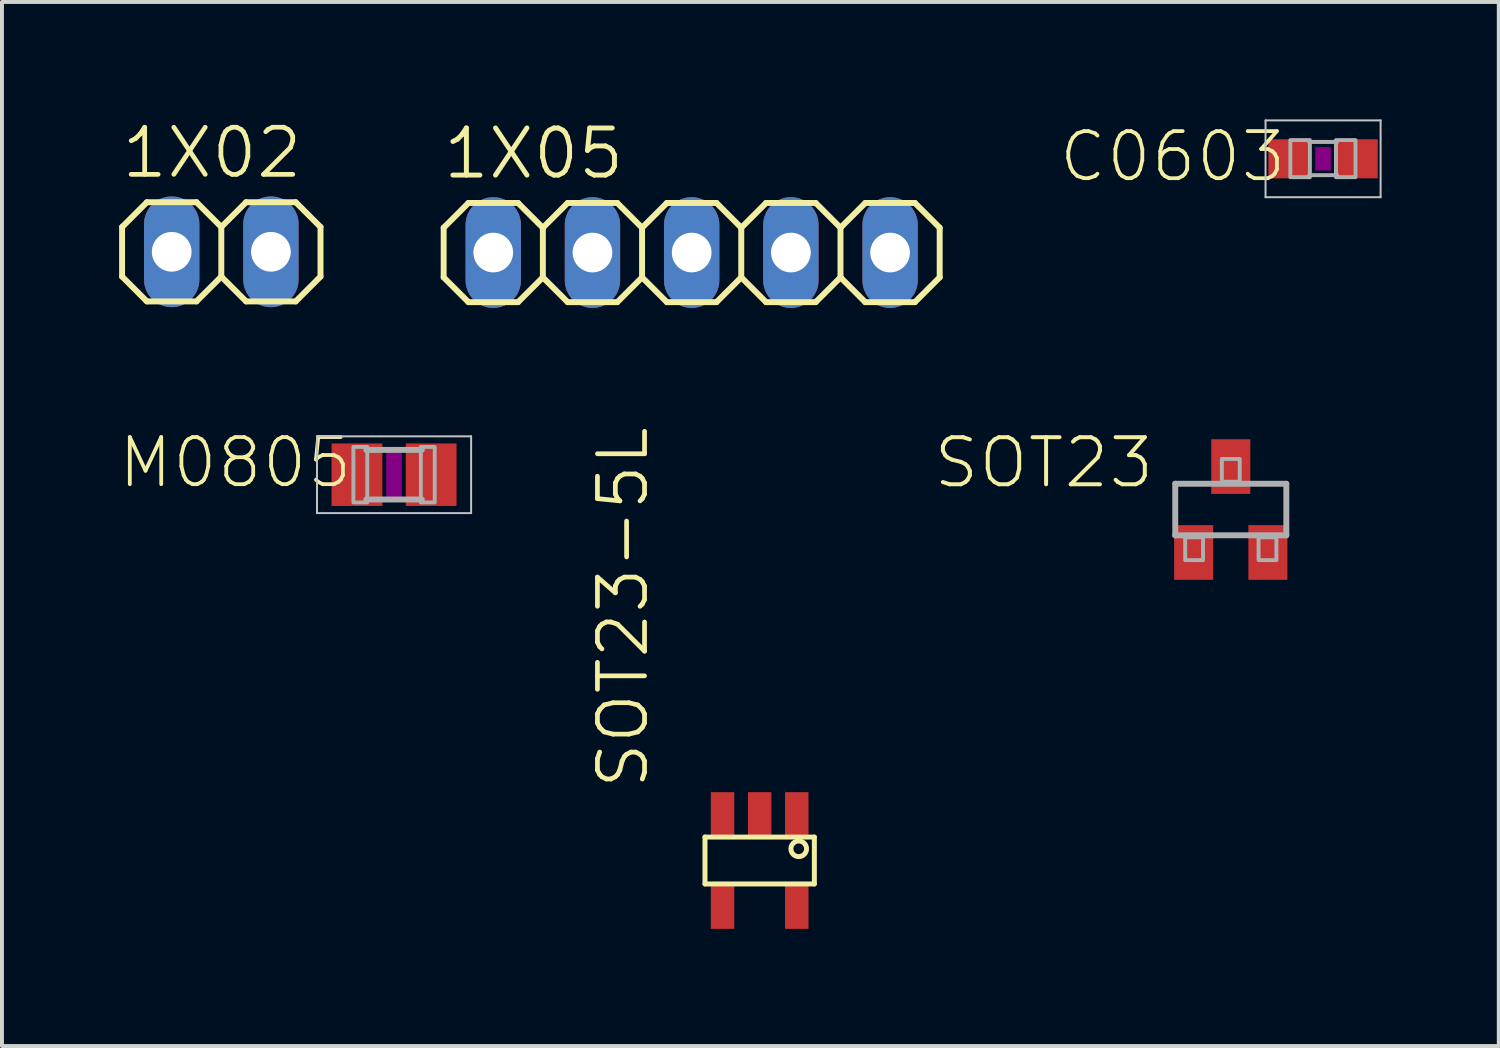
<source format=kicad_pcb>
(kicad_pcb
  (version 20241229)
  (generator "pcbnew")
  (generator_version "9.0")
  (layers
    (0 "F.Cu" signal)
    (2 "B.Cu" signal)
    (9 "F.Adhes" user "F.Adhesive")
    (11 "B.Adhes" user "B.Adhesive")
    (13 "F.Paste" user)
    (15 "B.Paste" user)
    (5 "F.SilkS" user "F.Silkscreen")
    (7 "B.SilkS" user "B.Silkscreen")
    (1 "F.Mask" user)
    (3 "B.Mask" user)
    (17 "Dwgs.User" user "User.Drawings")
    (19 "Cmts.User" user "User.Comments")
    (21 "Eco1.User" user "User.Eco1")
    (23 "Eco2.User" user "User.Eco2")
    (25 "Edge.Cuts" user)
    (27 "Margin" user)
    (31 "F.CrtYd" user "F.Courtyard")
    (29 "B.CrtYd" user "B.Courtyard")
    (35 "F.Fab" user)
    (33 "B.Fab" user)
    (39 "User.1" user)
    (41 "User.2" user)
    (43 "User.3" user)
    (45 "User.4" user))
  (footprint "SOT23-5L"
    (layer "F.Cu")
    (at 16.4 18.982)
    (property "Reference" "SOT23-5L" (at -2.794 -1.778 90) (layer "F.SilkS") (effects (font (size 1.206 1.206) (thickness 0.121)) (justify left bottom)))
    (attr through_hole)
    (fp_line (start -1.4 -0.6) (end 1.4 -0.6) (stroke (width 0.127) (type solid)) (layer "F.SilkS"))
    (fp_line (start -1.4 0.6) (end -1.4 -0.6) (stroke (width 0.127) (type solid)) (layer "F.SilkS"))
    (fp_line (start 1.4 -0.6) (end 1.4 0.6) (stroke (width 0.127) (type solid)) (layer "F.SilkS"))
    (fp_line (start 1.4 0.6) (end -1.4 0.6) (stroke (width 0.127) (type solid)) (layer "F.SilkS"))
    (fp_circle (center 1 -0.3) (end 1.2 -0.3) (stroke (width 0.127) (type solid)) (fill no) (layer "F.SilkS"))
    (pad "1" smd rect (at 0.95 -1.15) (size 0.6 1.2) (layers "F.Cu" "F.Mask" "F.Paste"))
    (pad "2" smd rect (at 0 -1.15) (size 0.6 1.2) (layers "F.Cu" "F.Mask" "F.Paste"))
    (pad "3" smd rect (at -0.95 -1.15) (size 0.6 1.2) (layers "F.Cu" "F.Mask" "F.Paste"))
    (pad "4" smd rect (at -0.95 1.15) (size 0.6 1.2) (layers "F.Cu" "F.Mask" "F.Paste"))
    (pad "5" smd rect (at 0.95 1.15) (size 0.6 1.2) (layers "F.Cu" "F.Mask" "F.Paste")))
  (footprint "SOT23"
    (layer "F.Cu")
    (at 28.462 9.996)
    (property "Reference" "SOT23" (at -1.905 -1.905 0) (layer "F.SilkS") (effects (font (size 1.206 1.206) (thickness 0.102)) (justify right top)))
    (attr through_hole)
    (fp_line (start -1.422 -0.66) (end 1.422 -0.66) (stroke (width 0.152) (type solid)) (layer "F.Fab"))
    (fp_line (start -1.422 0.66) (end -1.422 -0.66) (stroke (width 0.152) (type solid)) (layer "F.Fab"))
    (fp_line (start 1.422 -0.66) (end 1.422 0.66) (stroke (width 0.152) (type solid)) (layer "F.Fab"))
    (fp_line (start 1.422 0.66) (end -1.422 0.66) (stroke (width 0.152) (type solid)) (layer "F.Fab"))
    (fp_poly (pts (xy -1.168 1.295) (xy -0.711 1.295) (xy -0.711 0.711) (xy -1.168 0.711)) (stroke (width 0.1) (type solid)) (fill no) (layer "F.Fab"))
    (fp_poly (pts (xy -0.229 -0.711) (xy 0.229 -0.711) (xy 0.229 -1.295) (xy -0.229 -1.295)) (stroke (width 0.1) (type solid)) (fill no) (layer "F.Fab"))
    (fp_poly (pts (xy 0.711 1.295) (xy 1.168 1.295) (xy 1.168 0.711) (xy 0.711 0.711)) (stroke (width 0.1) (type solid)) (fill no) (layer "F.Fab"))
    (pad "1" smd rect (at -0.95 1.1) (size 1 1.4) (layers "F.Cu" "F.Mask" "F.Paste"))
    (pad "2" smd rect (at 0.95 1.1) (size 1 1.4) (layers "F.Cu" "F.Mask" "F.Paste"))
    (pad "3" smd rect (at 0 -1.1) (size 1 1.4) (layers "F.Cu" "F.Mask" "F.Paste")))
  (footprint "M0805"
    (layer "F.Cu")
    (at 7.039 9.104)
    (property "Reference" "M0805" (at -1.016 -1.016 180) (layer "F.SilkS") (effects (font (size 1.206 1.206) (thickness 0.097)) (justify right top)))
    (attr through_hole)
    (fp_poly (pts (xy -0.2 0.6) (xy 0.2 0.6) (xy 0.2 -0.6) (xy -0.2 -0.6)) (stroke (width 0) (type solid)) (fill yes) (layer "F.Adhes"))
    (fp_line (start -1.973 -0.983) (end 1.973 -0.983) (stroke (width 0.051) (type solid)) (layer "Dwgs.User"))
    (fp_line (start -1.973 0.983) (end -1.973 -0.983) (stroke (width 0.051) (type solid)) (layer "Dwgs.User"))
    (fp_line (start 1.973 -0.983) (end 1.973 0.983) (stroke (width 0.051) (type solid)) (layer "Dwgs.User"))
    (fp_line (start 1.973 0.983) (end -1.973 0.983) (stroke (width 0.051) (type solid)) (layer "Dwgs.User"))
    (fp_line (start 0.711 -0.635) (end -0.711 -0.635) (stroke (width 0.152) (type solid)) (layer "F.Fab"))
    (fp_line (start 0.711 0.635) (end -0.711 0.635) (stroke (width 0.152) (type solid)) (layer "F.Fab"))
    (fp_poly (pts (xy -1.041 0.711) (xy -0.686 0.711) (xy -0.686 -0.711) (xy -1.041 -0.711)) (stroke (width 0.1) (type solid)) (fill no) (layer "F.Fab"))
    (fp_poly (pts (xy 0.686 0.711) (xy 1.041 0.711) (xy 1.041 -0.711) (xy 0.686 -0.711)) (stroke (width 0.1) (type solid)) (fill no) (layer "F.Fab"))
    (pad "1" smd rect (at -0.95 0) (size 1.3 1.6) (layers "F.Cu" "F.Mask" "F.Paste"))
    (pad "2" smd rect (at 0.95 0) (size 1.3 1.6) (layers "F.Cu" "F.Mask" "F.Paste")))
  (footprint "1X02"
    (layer "F.Cu")
    (at 2.616 3.397)
    (property "Reference" "1X02" (at -2.616 -1.829 0) (layer "F.SilkS") (effects (font (size 1.206 1.206) (thickness 0.121)) (justify left bottom)))
    (attr through_hole)
    (fp_line (start -2.54 -0.635) (end -2.54 0.635) (stroke (width 0.152) (type solid)) (layer "F.SilkS"))
    (fp_line (start -2.54 0.635) (end -1.905 1.27) (stroke (width 0.152) (type solid)) (layer "F.SilkS"))
    (fp_line (start -1.905 -1.27) (end -2.54 -0.635) (stroke (width 0.152) (type solid)) (layer "F.SilkS"))
    (fp_line (start -1.905 -1.27) (end -0.635 -1.27) (stroke (width 0.152) (type solid)) (layer "F.SilkS"))
    (fp_line (start -0.635 -1.27) (end 0 -0.635) (stroke (width 0.152) (type solid)) (layer "F.SilkS"))
    (fp_line (start -0.635 1.27) (end -1.905 1.27) (stroke (width 0.152) (type solid)) (layer "F.SilkS"))
    (fp_line (start 0 -0.635) (end 0 0.635) (stroke (width 0.152) (type solid)) (layer "F.SilkS"))
    (fp_line (start 0 -0.635) (end 0.635 -1.27) (stroke (width 0.152) (type solid)) (layer "F.SilkS"))
    (fp_line (start 0 0.635) (end -0.635 1.27) (stroke (width 0.152) (type solid)) (layer "F.SilkS"))
    (fp_line (start 0.635 -1.27) (end 1.905 -1.27) (stroke (width 0.152) (type solid)) (layer "F.SilkS"))
    (fp_line (start 0.635 1.27) (end 0 0.635) (stroke (width 0.152) (type solid)) (layer "F.SilkS"))
    (fp_line (start 1.905 -1.27) (end 2.54 -0.635) (stroke (width 0.152) (type solid)) (layer "F.SilkS"))
    (fp_line (start 1.905 1.27) (end 0.635 1.27) (stroke (width 0.152) (type solid)) (layer "F.SilkS"))
    (fp_line (start 2.54 -0.635) (end 2.54 0.635) (stroke (width 0.152) (type solid)) (layer "F.SilkS"))
    (fp_line (start 2.54 0.635) (end 1.905 1.27) (stroke (width 0.152) (type solid)) (layer "F.SilkS"))
    (fp_poly (pts (xy -1.524 0.254) (xy -1.016 0.254) (xy -1.016 -0.254) (xy -1.524 -0.254)) (stroke (width 0.1) (type solid)) (fill no) (layer "F.Fab"))
    (fp_poly (pts (xy 1.016 0.254) (xy 1.524 0.254) (xy 1.524 -0.254) (xy 1.016 -0.254)) (stroke (width 0.1) (type solid)) (fill no) (layer "F.Fab"))
    (pad "1" thru_hole oval (at -1.27 0 90) (size 2.835 1.417) (drill 1.016) (layers "*.Cu" "*.Mask"))
    (pad "2" thru_hole oval (at 1.27 0 90) (size 2.835 1.417) (drill 1.016) (layers "*.Cu" "*.Mask")))
  (footprint "1X05"
    (layer "F.Cu")
    (at 14.659 3.416)
    (property "Reference" "1X05" (at -6.426 -1.829 0) (layer "F.SilkS") (effects (font (size 1.206 1.206) (thickness 0.127)) (justify left bottom)))
    (attr through_hole)
    (fp_line (start -6.35 -0.635) (end -6.35 0.635) (stroke (width 0.152) (type solid)) (layer "F.SilkS"))
    (fp_line (start -6.35 0.635) (end -5.715 1.27) (stroke (width 0.152) (type solid)) (layer "F.SilkS"))
    (fp_line (start -5.715 -1.27) (end -6.35 -0.635) (stroke (width 0.152) (type solid)) (layer "F.SilkS"))
    (fp_line (start -5.715 -1.27) (end -4.445 -1.27) (stroke (width 0.152) (type solid)) (layer "F.SilkS"))
    (fp_line (start -4.445 -1.27) (end -3.81 -0.635) (stroke (width 0.152) (type solid)) (layer "F.SilkS"))
    (fp_line (start -4.445 1.27) (end -5.715 1.27) (stroke (width 0.152) (type solid)) (layer "F.SilkS"))
    (fp_line (start -3.81 -0.635) (end -3.81 0.635) (stroke (width 0.152) (type solid)) (layer "F.SilkS"))
    (fp_line (start -3.81 -0.635) (end -3.175 -1.27) (stroke (width 0.152) (type solid)) (layer "F.SilkS"))
    (fp_line (start -3.81 0.635) (end -4.445 1.27) (stroke (width 0.152) (type solid)) (layer "F.SilkS"))
    (fp_line (start -3.175 -1.27) (end -1.905 -1.27) (stroke (width 0.152) (type solid)) (layer "F.SilkS"))
    (fp_line (start -3.175 1.27) (end -3.81 0.635) (stroke (width 0.152) (type solid)) (layer "F.SilkS"))
    (fp_line (start -1.905 -1.27) (end -1.27 -0.635) (stroke (width 0.152) (type solid)) (layer "F.SilkS"))
    (fp_line (start -1.905 1.27) (end -3.175 1.27) (stroke (width 0.152) (type solid)) (layer "F.SilkS"))
    (fp_line (start -1.27 -0.635) (end -1.27 0.635) (stroke (width 0.152) (type solid)) (layer "F.SilkS"))
    (fp_line (start -1.27 -0.635) (end -0.635 -1.27) (stroke (width 0.152) (type solid)) (layer "F.SilkS"))
    (fp_line (start -1.27 0.635) (end -1.905 1.27) (stroke (width 0.152) (type solid)) (layer "F.SilkS"))
    (fp_line (start -0.635 -1.27) (end 0.635 -1.27) (stroke (width 0.152) (type solid)) (layer "F.SilkS"))
    (fp_line (start -0.635 1.27) (end -1.27 0.635) (stroke (width 0.152) (type solid)) (layer "F.SilkS"))
    (fp_line (start 0.635 -1.27) (end 1.27 -0.635) (stroke (width 0.152) (type solid)) (layer "F.SilkS"))
    (fp_line (start 0.635 1.27) (end -0.635 1.27) (stroke (width 0.152) (type solid)) (layer "F.SilkS"))
    (fp_line (start 1.27 -0.635) (end 1.27 0.635) (stroke (width 0.152) (type solid)) (layer "F.SilkS"))
    (fp_line (start 1.27 0.635) (end 0.635 1.27) (stroke (width 0.152) (type solid)) (layer "F.SilkS"))
    (fp_line (start 1.27 0.635) (end 1.905 1.27) (stroke (width 0.152) (type solid)) (layer "F.SilkS"))
    (fp_line (start 1.905 -1.27) (end 1.27 -0.635) (stroke (width 0.152) (type solid)) (layer "F.SilkS"))
    (fp_line (start 1.905 -1.27) (end 3.175 -1.27) (stroke (width 0.152) (type solid)) (layer "F.SilkS"))
    (fp_line (start 3.175 -1.27) (end 3.81 -0.635) (stroke (width 0.152) (type solid)) (layer "F.SilkS"))
    (fp_line (start 3.175 1.27) (end 1.905 1.27) (stroke (width 0.152) (type solid)) (layer "F.SilkS"))
    (fp_line (start 3.81 -0.635) (end 3.81 0.635) (stroke (width 0.152) (type solid)) (layer "F.SilkS"))
    (fp_line (start 3.81 0.635) (end 3.175 1.27) (stroke (width 0.152) (type solid)) (layer "F.SilkS"))
    (fp_line (start 3.81 0.635) (end 4.445 1.27) (stroke (width 0.152) (type solid)) (layer "F.SilkS"))
    (fp_line (start 4.445 -1.27) (end 3.81 -0.635) (stroke (width 0.152) (type solid)) (layer "F.SilkS"))
    (fp_line (start 4.445 -1.27) (end 5.715 -1.27) (stroke (width 0.152) (type solid)) (layer "F.SilkS"))
    (fp_line (start 5.715 -1.27) (end 6.35 -0.635) (stroke (width 0.152) (type solid)) (layer "F.SilkS"))
    (fp_line (start 5.715 1.27) (end 4.445 1.27) (stroke (width 0.152) (type solid)) (layer "F.SilkS"))
    (fp_line (start 6.35 -0.635) (end 6.35 0.635) (stroke (width 0.152) (type solid)) (layer "F.SilkS"))
    (fp_line (start 6.35 0.635) (end 5.715 1.27) (stroke (width 0.152) (type solid)) (layer "F.SilkS"))
    (fp_poly (pts (xy -5.334 0.254) (xy -4.826 0.254) (xy -4.826 -0.254) (xy -5.334 -0.254)) (stroke (width 0.1) (type solid)) (fill no) (layer "F.Fab"))
    (fp_poly (pts (xy -2.794 0.254) (xy -2.286 0.254) (xy -2.286 -0.254) (xy -2.794 -0.254)) (stroke (width 0.1) (type solid)) (fill no) (layer "F.Fab"))
    (fp_poly (pts (xy -0.254 0.254) (xy 0.254 0.254) (xy 0.254 -0.254) (xy -0.254 -0.254)) (stroke (width 0.1) (type solid)) (fill no) (layer "F.Fab"))
    (fp_poly (pts (xy 2.286 0.254) (xy 2.794 0.254) (xy 2.794 -0.254) (xy 2.286 -0.254)) (stroke (width 0.1) (type solid)) (fill no) (layer "F.Fab"))
    (fp_poly (pts (xy 4.826 0.254) (xy 5.334 0.254) (xy 5.334 -0.254) (xy 4.826 -0.254)) (stroke (width 0.1) (type solid)) (fill no) (layer "F.Fab"))
    (pad "1" thru_hole oval (at -5.08 0 90) (size 2.835 1.417) (drill 1.016) (layers "*.Cu" "*.Mask"))
    (pad "2" thru_hole oval (at -2.54 0 90) (size 2.835 1.417) (drill 1.016) (layers "*.Cu" "*.Mask"))
    (pad "3" thru_hole oval (at 0 0 90) (size 2.835 1.417) (drill 1.016) (layers "*.Cu" "*.Mask"))
    (pad "4" thru_hole oval (at 2.54 0 90) (size 2.835 1.417) (drill 1.016) (layers "*.Cu" "*.Mask"))
    (pad "5" thru_hole oval (at 5.08 0 90) (size 2.835 1.417) (drill 1.016) (layers "*.Cu" "*.Mask")))
  (footprint "C0603"
    (layer "F.Cu")
    (at 30.825 1.016)
    (property "Reference" "C0603" (at -0.889 -0.762 180) (layer "F.SilkS") (effects (font (size 1.206 1.206) (thickness 0.097)) (justify right top)))
    (attr through_hole)
    (fp_poly (pts (xy -0.2 0.3) (xy 0.2 0.3) (xy 0.2 -0.3) (xy -0.2 -0.3)) (stroke (width 0) (type solid)) (fill yes) (layer "F.Adhes"))
    (fp_line (start -1.473 -0.983) (end 1.473 -0.983) (stroke (width 0.051) (type solid)) (layer "Dwgs.User"))
    (fp_line (start -1.473 0.983) (end -1.473 -0.983) (stroke (width 0.051) (type solid)) (layer "Dwgs.User"))
    (fp_line (start 1.473 -0.983) (end 1.473 0.983) (stroke (width 0.051) (type solid)) (layer "Dwgs.User"))
    (fp_line (start 1.473 0.983) (end -1.473 0.983) (stroke (width 0.051) (type solid)) (layer "Dwgs.User"))
    (fp_line (start -0.356 -0.432) (end 0.356 -0.432) (stroke (width 0.102) (type solid)) (layer "F.Fab"))
    (fp_line (start -0.356 0.419) (end 0.356 0.419) (stroke (width 0.102) (type solid)) (layer "F.Fab"))
    (fp_poly (pts (xy -0.838 0.47) (xy -0.338 0.47) (xy -0.338 -0.48) (xy -0.838 -0.48)) (stroke (width 0.1) (type solid)) (fill no) (layer "F.Fab"))
    (fp_poly (pts (xy 0.33 0.47) (xy 0.83 0.47) (xy 0.83 -0.48) (xy 0.33 -0.48)) (stroke (width 0.1) (type solid)) (fill no) (layer "F.Fab"))
    (pad "1" smd rect (at -0.85 0) (size 1.1 1) (layers "F.Cu" "F.Mask" "F.Paste"))
    (pad "2" smd rect (at 0.85 0) (size 1.1 1) (layers "F.Cu" "F.Mask" "F.Paste")))
  (gr_rect
    (start -3 -3)
    (end 35.323 23.732)
    (stroke (width 0.1) (type default))
    (fill no)
    (layer "Edge.Cuts")))
</source>
